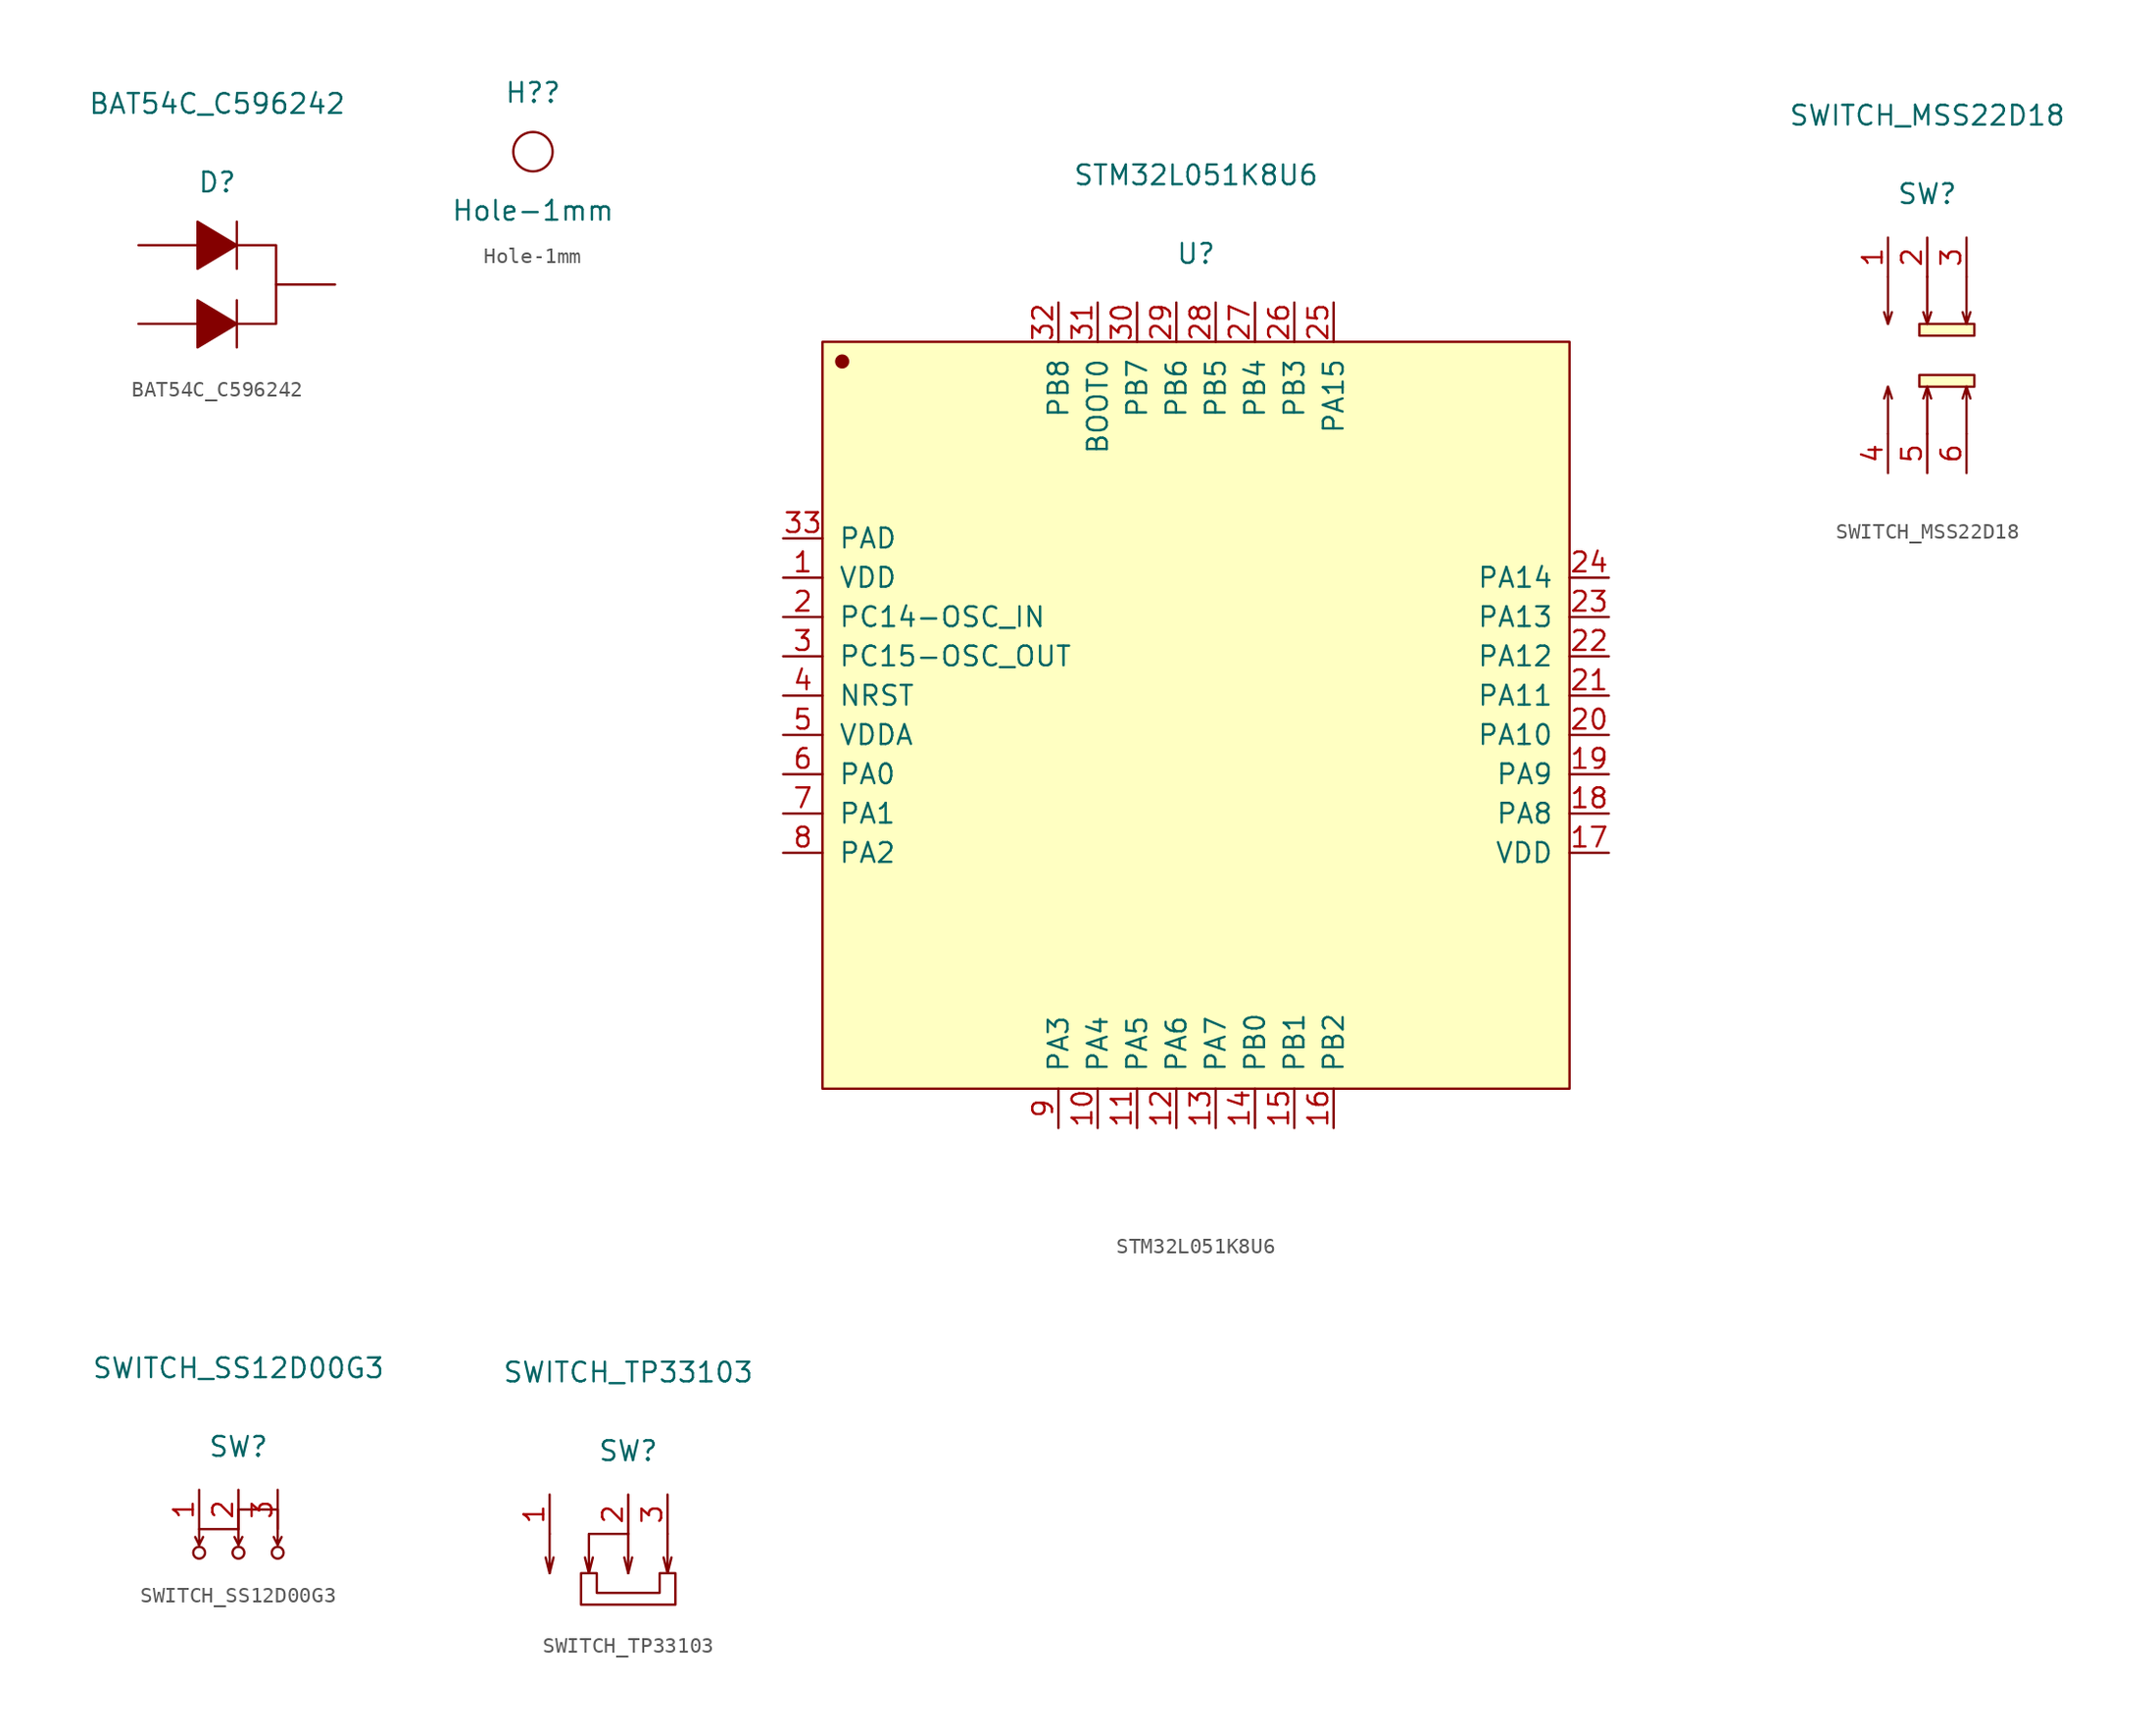
<source format=kicad_sym>
(kicad_symbol_lib
  (version 20211014)
  (generator kicad_symbol_editor)
  (symbol "BAT54C_C596242"
    (pin_numbers hide)
    (pin_names
      (offset 1.016) hide)
    (property "Reference" "D"
      (at 0 6.604 0)
      (effects (font (size 1.27 1.27))))
    (property "Value" "BAT54C_C596242"
      (at 0 11.684 0)
      (effects (font (size 1.27 1.27))))
    (symbol "BAT54C_C596242_1_1"
      (polyline (pts (xy 1.27 -1.016) (xy 1.27 -4.064)) (stroke (width 0.152) (type default) (color 0 0 0 0)) (fill (type none)))
      (polyline (pts (xy 1.27 4.064) (xy 1.27 1.016)) (stroke (width 0.152) (type default) (color 0 0 0 0)) (fill (type none)))
      (polyline (pts (xy -1.27 -4.064) (xy 1.27 -2.54) (xy -1.27 -1.016) (xy -1.27 -4.064)) (stroke (width 0.152) (type default) (color 0 0 0 0)) (fill (type outline)))
      (polyline (pts (xy -1.27 1.016) (xy 1.27 2.54) (xy -1.27 4.064) (xy -1.27 1.016)) (stroke (width 0.152) (type default) (color 0 0 0 0)) (fill (type outline)))
      (polyline (pts (xy 1.27 2.54) (xy 3.81 2.54) (xy 3.81 -2.54) (xy 1.27 -2.54)) (stroke (width 0.152) (type default) (color 0 0 0 0)) (fill (type none)))
      (pin input line (at -5.08 2.54 0) (length 3.81) (name "A" (effects (font (size 1.27 1.27)))) (number "1" (effects (font (size 1.27 1.27)))))
      (pin input line (at -5.08 -2.54 0) (length 3.81) (name "A" (effects (font (size 1.27 1.27)))) (number "2" (effects (font (size 1.27 1.27)))))
      (pin input line (at 7.62 0 180) (length 3.81) (name "K" (effects (font (size 1.27 1.27)))) (number "3" (effects (font (size 1.27 1.27)))))))
  (symbol "Hole-1mm"
    (property "Reference" "H?"
      (at 0 6.35 0)
      (effects (font (size 1.27 1.27))))
    (property "Value" "Hole-1mm"
      (at 0 -1.27 0)
      (effects (font (size 1.27 1.27))))
    (symbol "Hole-1mm_0_1"
      (circle (center 0 2.54) (radius 1.27) (stroke (width 0) (type default) (color 0 0 0 0)) (fill (type none)))))
  (symbol "STM32L051K8U6"
    (pin_names
      (offset 1.016))
    (property "Reference" "U"
      (at 0 29.82 0)
      (effects (font (size 1.27 1.27))))
    (property "Value" "STM32L051K8U6"
      (at 0 34.9 0)
      (effects (font (size 1.27 1.27))))
    (symbol "STM32L051K8U6_1_1"
      (rectangle (start -24.13 24.13) (end 24.13 -24.13) (stroke (width 0.152) (type default) (color 0 0 0 0)) (fill (type background)))
      (circle (center -22.86 22.86) (radius 0.381) (stroke (width 0.152) (type default) (color 0 0 0 0)) (fill (type outline)))
      (pin input line (at -26.67 8.89 0) (length 2.54) (name "VDD" (effects (font (size 1.27 1.27)))) (number "1" (effects (font (size 1.27 1.27)))))
      (pin input line (at -6.35 -26.67 90) (length 2.54) (name "PA4" (effects (font (size 1.27 1.27)))) (number "10" (effects (font (size 1.27 1.27)))))
      (pin input line (at -3.81 -26.67 90) (length 2.54) (name "PA5" (effects (font (size 1.27 1.27)))) (number "11" (effects (font (size 1.27 1.27)))))
      (pin input line (at -1.27 -26.67 90) (length 2.54) (name "PA6" (effects (font (size 1.27 1.27)))) (number "12" (effects (font (size 1.27 1.27)))))
      (pin input line (at 1.27 -26.67 90) (length 2.54) (name "PA7" (effects (font (size 1.27 1.27)))) (number "13" (effects (font (size 1.27 1.27)))))
      (pin input line (at 3.81 -26.67 90) (length 2.54) (name "PB0" (effects (font (size 1.27 1.27)))) (number "14" (effects (font (size 1.27 1.27)))))
      (pin input line (at 6.35 -26.67 90) (length 2.54) (name "PB1" (effects (font (size 1.27 1.27)))) (number "15" (effects (font (size 1.27 1.27)))))
      (pin input line (at 8.89 -26.67 90) (length 2.54) (name "PB2" (effects (font (size 1.27 1.27)))) (number "16" (effects (font (size 1.27 1.27)))))
      (pin input line (at 26.67 -8.89 180) (length 2.54) (name "VDD" (effects (font (size 1.27 1.27)))) (number "17" (effects (font (size 1.27 1.27)))))
      (pin input line (at 26.67 -6.35 180) (length 2.54) (name "PA8" (effects (font (size 1.27 1.27)))) (number "18" (effects (font (size 1.27 1.27)))))
      (pin input line (at 26.67 -3.81 180) (length 2.54) (name "PA9" (effects (font (size 1.27 1.27)))) (number "19" (effects (font (size 1.27 1.27)))))
      (pin input line (at -26.67 6.35 0) (length 2.54) (name "PC14-OSC_IN" (effects (font (size 1.27 1.27)))) (number "2" (effects (font (size 1.27 1.27)))))
      (pin input line (at 26.67 -1.27 180) (length 2.54) (name "PA10" (effects (font (size 1.27 1.27)))) (number "20" (effects (font (size 1.27 1.27)))))
      (pin input line (at 26.67 1.27 180) (length 2.54) (name "PA11" (effects (font (size 1.27 1.27)))) (number "21" (effects (font (size 1.27 1.27)))))
      (pin input line (at 26.67 3.81 180) (length 2.54) (name "PA12" (effects (font (size 1.27 1.27)))) (number "22" (effects (font (size 1.27 1.27)))))
      (pin input line (at 26.67 6.35 180) (length 2.54) (name "PA13" (effects (font (size 1.27 1.27)))) (number "23" (effects (font (size 1.27 1.27)))))
      (pin input line (at 26.67 8.89 180) (length 2.54) (name "PA14" (effects (font (size 1.27 1.27)))) (number "24" (effects (font (size 1.27 1.27)))))
      (pin input line (at 8.89 26.67 270) (length 2.54) (name "PA15" (effects (font (size 1.27 1.27)))) (number "25" (effects (font (size 1.27 1.27)))))
      (pin input line (at 6.35 26.67 270) (length 2.54) (name "PB3" (effects (font (size 1.27 1.27)))) (number "26" (effects (font (size 1.27 1.27)))))
      (pin input line (at 3.81 26.67 270) (length 2.54) (name "PB4" (effects (font (size 1.27 1.27)))) (number "27" (effects (font (size 1.27 1.27)))))
      (pin input line (at 1.27 26.67 270) (length 2.54) (name "PB5" (effects (font (size 1.27 1.27)))) (number "28" (effects (font (size 1.27 1.27)))))
      (pin input line (at -1.27 26.67 270) (length 2.54) (name "PB6" (effects (font (size 1.27 1.27)))) (number "29" (effects (font (size 1.27 1.27)))))
      (pin input line (at -26.67 3.81 0) (length 2.54) (name "PC15-OSC_OUT" (effects (font (size 1.27 1.27)))) (number "3" (effects (font (size 1.27 1.27)))))
      (pin input line (at -3.81 26.67 270) (length 2.54) (name "PB7" (effects (font (size 1.27 1.27)))) (number "30" (effects (font (size 1.27 1.27)))))
      (pin input line (at -6.35 26.67 270) (length 2.54) (name "BOOT0" (effects (font (size 1.27 1.27)))) (number "31" (effects (font (size 1.27 1.27)))))
      (pin input line (at -8.89 26.67 270) (length 2.54) (name "PB8" (effects (font (size 1.27 1.27)))) (number "32" (effects (font (size 1.27 1.27)))))
      (pin input line (at -26.67 11.43 0) (length 2.54) (name "PAD" (effects (font (size 1.27 1.27)))) (number "33" (effects (font (size 1.27 1.27)))))
      (pin input line (at -26.67 1.27 0) (length 2.54) (name "NRST" (effects (font (size 1.27 1.27)))) (number "4" (effects (font (size 1.27 1.27)))))
      (pin input line (at -26.67 -1.27 0) (length 2.54) (name "VDDA" (effects (font (size 1.27 1.27)))) (number "5" (effects (font (size 1.27 1.27)))))
      (pin input line (at -26.67 -3.81 0) (length 2.54) (name "PA0" (effects (font (size 1.27 1.27)))) (number "6" (effects (font (size 1.27 1.27)))))
      (pin input line (at -26.67 -6.35 0) (length 2.54) (name "PA1" (effects (font (size 1.27 1.27)))) (number "7" (effects (font (size 1.27 1.27)))))
      (pin input line (at -26.67 -8.89 0) (length 2.54) (name "PA2" (effects (font (size 1.27 1.27)))) (number "8" (effects (font (size 1.27 1.27)))))
      (pin input line (at -8.89 -26.67 90) (length 2.54) (name "PA3" (effects (font (size 1.27 1.27)))) (number "9" (effects (font (size 1.27 1.27)))))))
  (symbol "SWITCH_MSS22D18"
    (pin_names
      (offset 1.016) hide)
    (property "Reference" "SW"
      (at 0 10.439 0)
      (effects (font (size 1.27 1.27))))
    (property "Value" "SWITCH_MSS22D18"
      (at 0 15.519 0)
      (effects (font (size 1.27 1.27))))
    (symbol "SWITCH_MSS22D18_1_1"
      (rectangle (start -0.508 -1.27) (end 3.048 -2.032) (stroke (width 0.152) (type default) (color 0 0 0 0)) (fill (type background)))
      (rectangle (start -0.508 2.032) (end 3.048 1.27) (stroke (width 0.152) (type default) (color 0 0 0 0)) (fill (type background)))
      (polyline (pts (xy -2.54 -2.032) (xy -2.794 -2.794)) (stroke (width 0.152) (type default) (color 0 0 0 0)) (fill (type none)))
      (polyline (pts (xy -2.54 2.032) (xy -2.794 2.794)) (stroke (width 0.152) (type default) (color 0 0 0 0)) (fill (type none)))
      (polyline (pts (xy 0 -2.032) (xy -0.254 -2.794)) (stroke (width 0.152) (type default) (color 0 0 0 0)) (fill (type none)))
      (polyline (pts (xy 0 2.032) (xy -0.254 2.794)) (stroke (width 0.152) (type default) (color 0 0 0 0)) (fill (type none)))
      (polyline (pts (xy 2.54 -2.032) (xy 2.286 -2.794)) (stroke (width 0.152) (type default) (color 0 0 0 0)) (fill (type none)))
      (polyline (pts (xy 2.54 2.032) (xy 2.286 2.794)) (stroke (width 0.152) (type default) (color 0 0 0 0)) (fill (type none)))
      (polyline (pts (xy -2.54 -5.08) (xy -2.54 -2.032) (xy -2.286 -2.794)) (stroke (width 0.152) (type default) (color 0 0 0 0)) (fill (type none)))
      (polyline (pts (xy -2.54 5.08) (xy -2.54 2.032) (xy -2.286 2.794)) (stroke (width 0.152) (type default) (color 0 0 0 0)) (fill (type none)))
      (polyline (pts (xy 0 -5.08) (xy 0 -2.032) (xy 0.254 -2.794)) (stroke (width 0.152) (type default) (color 0 0 0 0)) (fill (type none)))
      (polyline (pts (xy 0 5.08) (xy 0 2.032) (xy 0.254 2.794)) (stroke (width 0.152) (type default) (color 0 0 0 0)) (fill (type none)))
      (polyline (pts (xy 2.54 -5.08) (xy 2.54 -2.032) (xy 2.794 -2.794)) (stroke (width 0.152) (type default) (color 0 0 0 0)) (fill (type none)))
      (polyline (pts (xy 2.54 5.08) (xy 2.54 2.032) (xy 2.794 2.794)) (stroke (width 0.152) (type default) (color 0 0 0 0)) (fill (type none)))
      (pin input line (at -2.54 7.62 270) (length 2.54) (name "1" (effects (font (size 1.27 1.27)))) (number "1" (effects (font (size 1.27 1.27)))))
      (pin input line (at 0 7.62 270) (length 2.54) (name "2" (effects (font (size 1.27 1.27)))) (number "2" (effects (font (size 1.27 1.27)))))
      (pin input line (at 2.54 7.62 270) (length 2.54) (name "3" (effects (font (size 1.27 1.27)))) (number "3" (effects (font (size 1.27 1.27)))))
      (pin input line (at -2.54 -7.62 90) (length 2.54) (name "4" (effects (font (size 1.27 1.27)))) (number "4" (effects (font (size 1.27 1.27)))))
      (pin input line (at 0 -7.62 90) (length 2.54) (name "5" (effects (font (size 1.27 1.27)))) (number "5" (effects (font (size 1.27 1.27)))))
      (pin input line (at 2.54 -7.62 90) (length 2.54) (name "6" (effects (font (size 1.27 1.27)))) (number "6" (effects (font (size 1.27 1.27)))))))
  (symbol "SWITCH_SS12D00G3"
    (pin_names
      (offset 1.016) hide)
    (property "Reference" "SW"
      (at 0 5.334 0)
      (effects (font (size 1.27 1.27))))
    (property "Value" "SWITCH_SS12D00G3"
      (at 0 10.414 0)
      (effects (font (size 1.27 1.27))))
    (symbol "SWITCH_SS12D00G3_1_1"
      (circle (center -2.54 -1.524) (radius 0.381) (stroke (width 0.152) (type default) (color 0 0 0 0)) (fill (type none)))
      (circle (center 0 -1.524) (radius 0.381) (stroke (width 0.152) (type default) (color 0 0 0 0)) (fill (type none)))
      (polyline (pts (xy -2.54 -1.016) (xy -2.794 -0.508)) (stroke (width 0.152) (type default) (color 0 0 0 0)) (fill (type none)))
      (polyline (pts (xy -2.54 -1.016) (xy -2.286 -0.508)) (stroke (width 0.152) (type default) (color 0 0 0 0)) (fill (type none)))
      (polyline (pts (xy 0 -1.016) (xy -0.254 -0.508)) (stroke (width 0.152) (type default) (color 0 0 0 0)) (fill (type none)))
      (polyline (pts (xy 2.54 -1.016) (xy 2.286 -0.508)) (stroke (width 0.152) (type default) (color 0 0 0 0)) (fill (type none)))
      (polyline (pts (xy -2.54 -1.016) (xy -2.54 0) (xy 0 0) (xy 0 -1.016) (xy 0.254 -0.508)) (stroke (width 0.152) (type default) (color 0 0 0 0)) (fill (type none)))
      (polyline (pts (xy 0 0) (xy 0 1.27) (xy 2.54 1.27) (xy 2.54 -1.016) (xy 2.794 -0.508)) (stroke (width 0.152) (type default) (color 0 0 0 0)) (fill (type none)))
      (circle (center 2.54 -1.524) (radius 0.381) (stroke (width 0.152) (type default) (color 0 0 0 0)) (fill (type none)))
      (pin input line (at -2.54 2.54 270) (length 2.54) (name "1" (effects (font (size 1.27 1.27)))) (number "1" (effects (font (size 1.27 1.27)))))
      (pin input line (at 0 2.54 270) (length 2.54) (name "2" (effects (font (size 1.27 1.27)))) (number "2" (effects (font (size 1.27 1.27)))))
      (pin input line (at 2.54 2.54 270) (length 2.54) (name "3" (effects (font (size 1.27 1.27)))) (number "3" (effects (font (size 1.27 1.27)))))))
  (symbol "SWITCH_TP33103"
    (pin_names
      (offset 1.016) hide)
    (property "Reference" "SW"
      (at 0 5.359 0)
      (effects (font (size 1.27 1.27))))
    (property "Value" "SWITCH_TP33103"
      (at 0 10.439 0)
      (effects (font (size 1.27 1.27))))
    (symbol "SWITCH_TP33103_1_1"
      (polyline (pts (xy -5.08 -2.54) (xy -5.334 -1.524)) (stroke (width 0.152) (type default) (color 0 0 0 0)) (fill (type none)))
      (polyline (pts (xy -2.54 -2.54) (xy -2.286 -1.524)) (stroke (width 0.152) (type default) (color 0 0 0 0)) (fill (type none)))
      (polyline (pts (xy 0 -2.54) (xy 0.254 -1.524)) (stroke (width 0.152) (type default) (color 0 0 0 0)) (fill (type none)))
      (polyline (pts (xy 2.54 -2.54) (xy 2.794 -1.524)) (stroke (width 0.152) (type default) (color 0 0 0 0)) (fill (type none)))
      (polyline (pts (xy -5.08 0) (xy -5.08 -2.54) (xy -4.826 -1.524)) (stroke (width 0.152) (type default) (color 0 0 0 0)) (fill (type none)))
      (polyline (pts (xy 0 0) (xy 0 -2.54) (xy -0.254 -1.524)) (stroke (width 0.152) (type default) (color 0 0 0 0)) (fill (type none)))
      (polyline (pts (xy 2.54 0) (xy 2.54 -2.54) (xy 2.286 -1.524)) (stroke (width 0.152) (type default) (color 0 0 0 0)) (fill (type none)))
      (polyline (pts (xy 0 0) (xy -2.54 0) (xy -2.54 -2.54) (xy -2.794 -1.524)) (stroke (width 0.152) (type default) (color 0 0 0 0)) (fill (type none)))
      (polyline (pts (xy -3.048 -3.81) (xy -3.048 -2.54) (xy -2.032 -2.54) (xy -2.032 -3.81) (xy 2.032 -3.81) (xy 2.032 -3.302) (xy 2.032 -2.54) (xy 3.048 -2.54) (xy 3.048 -4.572) (xy -3.048 -4.572) (xy -3.048 -3.81)) (stroke (width 0.152) (type default) (color 0 0 0 0)) (fill (type none)))
      (pin input line (at -5.08 2.54 270) (length 2.54) (name "1" (effects (font (size 1.27 1.27)))) (number "1" (effects (font (size 1.27 1.27)))))
      (pin input line (at 0 2.54 270) (length 2.54) (name "2" (effects (font (size 1.27 1.27)))) (number "2" (effects (font (size 1.27 1.27)))))
      (pin input line (at 2.54 2.54 270) (length 2.54) (name "3" (effects (font (size 1.27 1.27)))) (number "3" (effects (font (size 1.27 1.27))))))))
</source>
